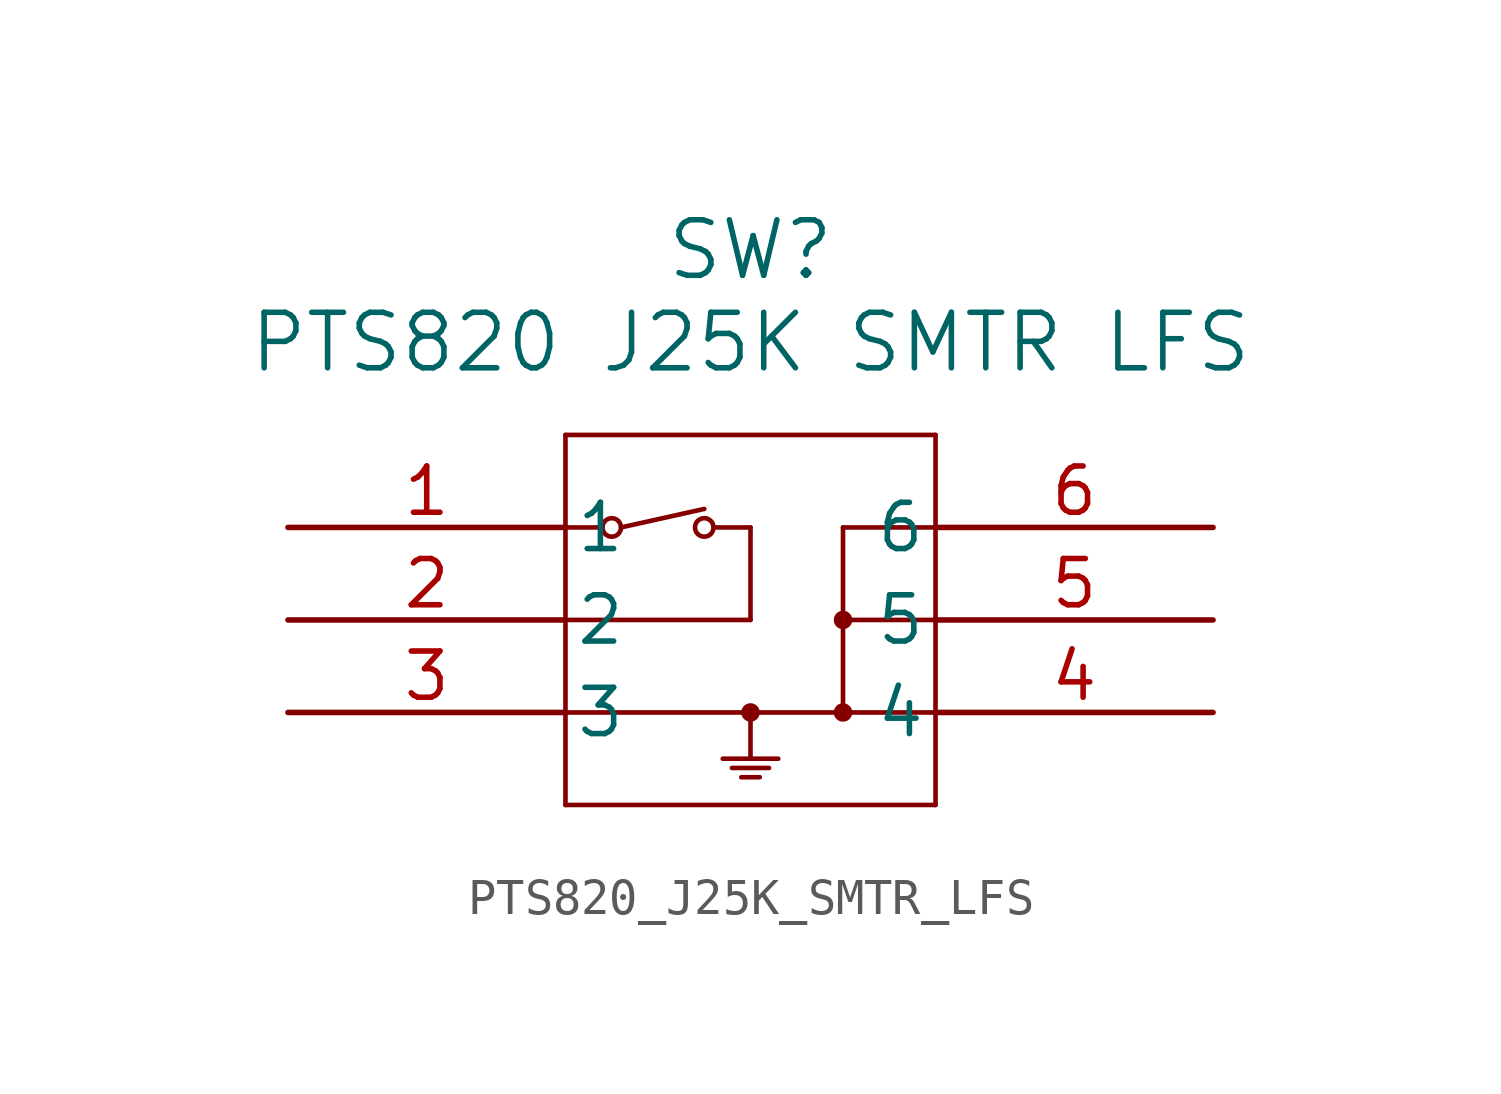
<source format=kicad_sym>
(kicad_symbol_lib
  (version 20211014)
  (generator kicad_symbol_editor)
  (symbol "PTS820_J25K_SMTR_LFS"
    (pin_names
      (offset 0.254))
    (property "Reference" "SW"
      (at 12.7 7.62 0)
      (effects (font (size 1.524 1.524))))
    (property "Value" "PTS820 J25K SMTR LFS"
      (at 12.7 5.08 0)
      (effects (font (size 1.524 1.524))))
    (symbol "PTS820_J25K_SMTR_LFS_0_1"
      (polyline (pts (xy 7.62 2.54) (xy 7.62 -7.62)) (stroke (width 0.127) (type default) (color 0 0 0 0)) (fill (type none)))
      (polyline (pts (xy 7.62 -7.62) (xy 17.78 -7.62)) (stroke (width 0.127) (type default) (color 0 0 0 0)) (fill (type none)))
      (polyline (pts (xy 17.78 -7.62) (xy 17.78 2.54)) (stroke (width 0.127) (type default) (color 0 0 0 0)) (fill (type none)))
      (polyline (pts (xy 17.78 2.54) (xy 7.62 2.54)) (stroke (width 0.127) (type default) (color 0 0 0 0)) (fill (type none)))
      (polyline (pts (xy 7.62 0) (xy 8.636 0)) (stroke (width 0.127) (type default) (color 0 0 0 0)) (fill (type none)))
      (polyline (pts (xy 11.684 0) (xy 12.7 0)) (stroke (width 0.127) (type default) (color 0 0 0 0)) (fill (type none)))
      (polyline (pts (xy 12.7 0) (xy 12.7 -2.54)) (stroke (width 0.127) (type default) (color 0 0 0 0)) (fill (type none)))
      (polyline (pts (xy 12.7 -2.54) (xy 7.62 -2.54)) (stroke (width 0.127) (type default) (color 0 0 0 0)) (fill (type none)))
      (circle (center 8.89 0) (radius 0.254) (stroke (width 0.127) (type default) (color 0 0 0 0)) (fill (type none)))
      (circle (center 11.43 0) (radius 0.254) (stroke (width 0.127) (type default) (color 0 0 0 0)) (fill (type none)))
      (polyline (pts (xy 9.144 0) (xy 11.43 0.508)) (stroke (width 0.127) (type default) (color 0 0 0 0)) (fill (type none)))
      (polyline (pts (xy 17.78 0) (xy 15.24 0)) (stroke (width 0.127) (type default) (color 0 0 0 0)) (fill (type none)))
      (polyline (pts (xy 15.24 0) (xy 15.24 -5.08)) (stroke (width 0.127) (type default) (color 0 0 0 0)) (fill (type none)))
      (polyline (pts (xy 17.78 -2.54) (xy 15.24 -2.54)) (stroke (width 0.127) (type default) (color 0 0 0 0)) (fill (type none)))
      (polyline (pts (xy 17.78 -5.08) (xy 7.62 -5.08)) (stroke (width 0.127) (type default) (color 0 0 0 0)) (fill (type none)))
      (polyline (pts (xy 12.7 -5.08) (xy 12.7 -6.35)) (stroke (width 0.127) (type default) (color 0 0 0 0)) (fill (type none)))
      (polyline (pts (xy 12.446 -6.858) (xy 12.954 -6.858)) (stroke (width 0.127) (type default) (color 0 0 0 0)) (fill (type none)))
      (polyline (pts (xy 12.192 -6.604) (xy 13.208 -6.604)) (stroke (width 0.127) (type default) (color 0 0 0 0)) (fill (type none)))
      (polyline (pts (xy 13.462 -6.35) (xy 11.938 -6.35)) (stroke (width 0.127) (type default) (color 0 0 0 0)) (fill (type none)))
      (circle (center 15.24 -5.08) (radius 0.127) (stroke (width 0.254) (type default) (color 0 0 0 0)) (fill (type none)))
      (circle (center 12.7 -5.08) (radius 0.127) (stroke (width 0.254) (type default) (color 0 0 0 0)) (fill (type none)))
      (circle (center 15.24 -2.54) (radius 0.127) (stroke (width 0.254) (type default) (color 0 0 0 0)) (fill (type none)))
      (pin unspecified line (at 0 0 0) (length 7.62) (name "1" (effects (font (size 1.27 1.27)))) (number "1" (effects (font (size 1.27 1.27)))))
      (pin unspecified line (at 0 -2.54 0) (length 7.62) (name "2" (effects (font (size 1.27 1.27)))) (number "2" (effects (font (size 1.27 1.27)))))
      (pin unspecified line (at 0 -5.08 0) (length 7.62) (name "3" (effects (font (size 1.27 1.27)))) (number "3" (effects (font (size 1.27 1.27)))))
      (pin unspecified line (at 25.4 -5.08 180) (length 7.62) (name "4" (effects (font (size 1.27 1.27)))) (number "4" (effects (font (size 1.27 1.27)))))
      (pin unspecified line (at 25.4 -2.54 180) (length 7.62) (name "5" (effects (font (size 1.27 1.27)))) (number "5" (effects (font (size 1.27 1.27)))))
      (pin unspecified line (at 25.4 0 180) (length 7.62) (name "6" (effects (font (size 1.27 1.27)))) (number "6" (effects (font (size 1.27 1.27))))))))
</source>
